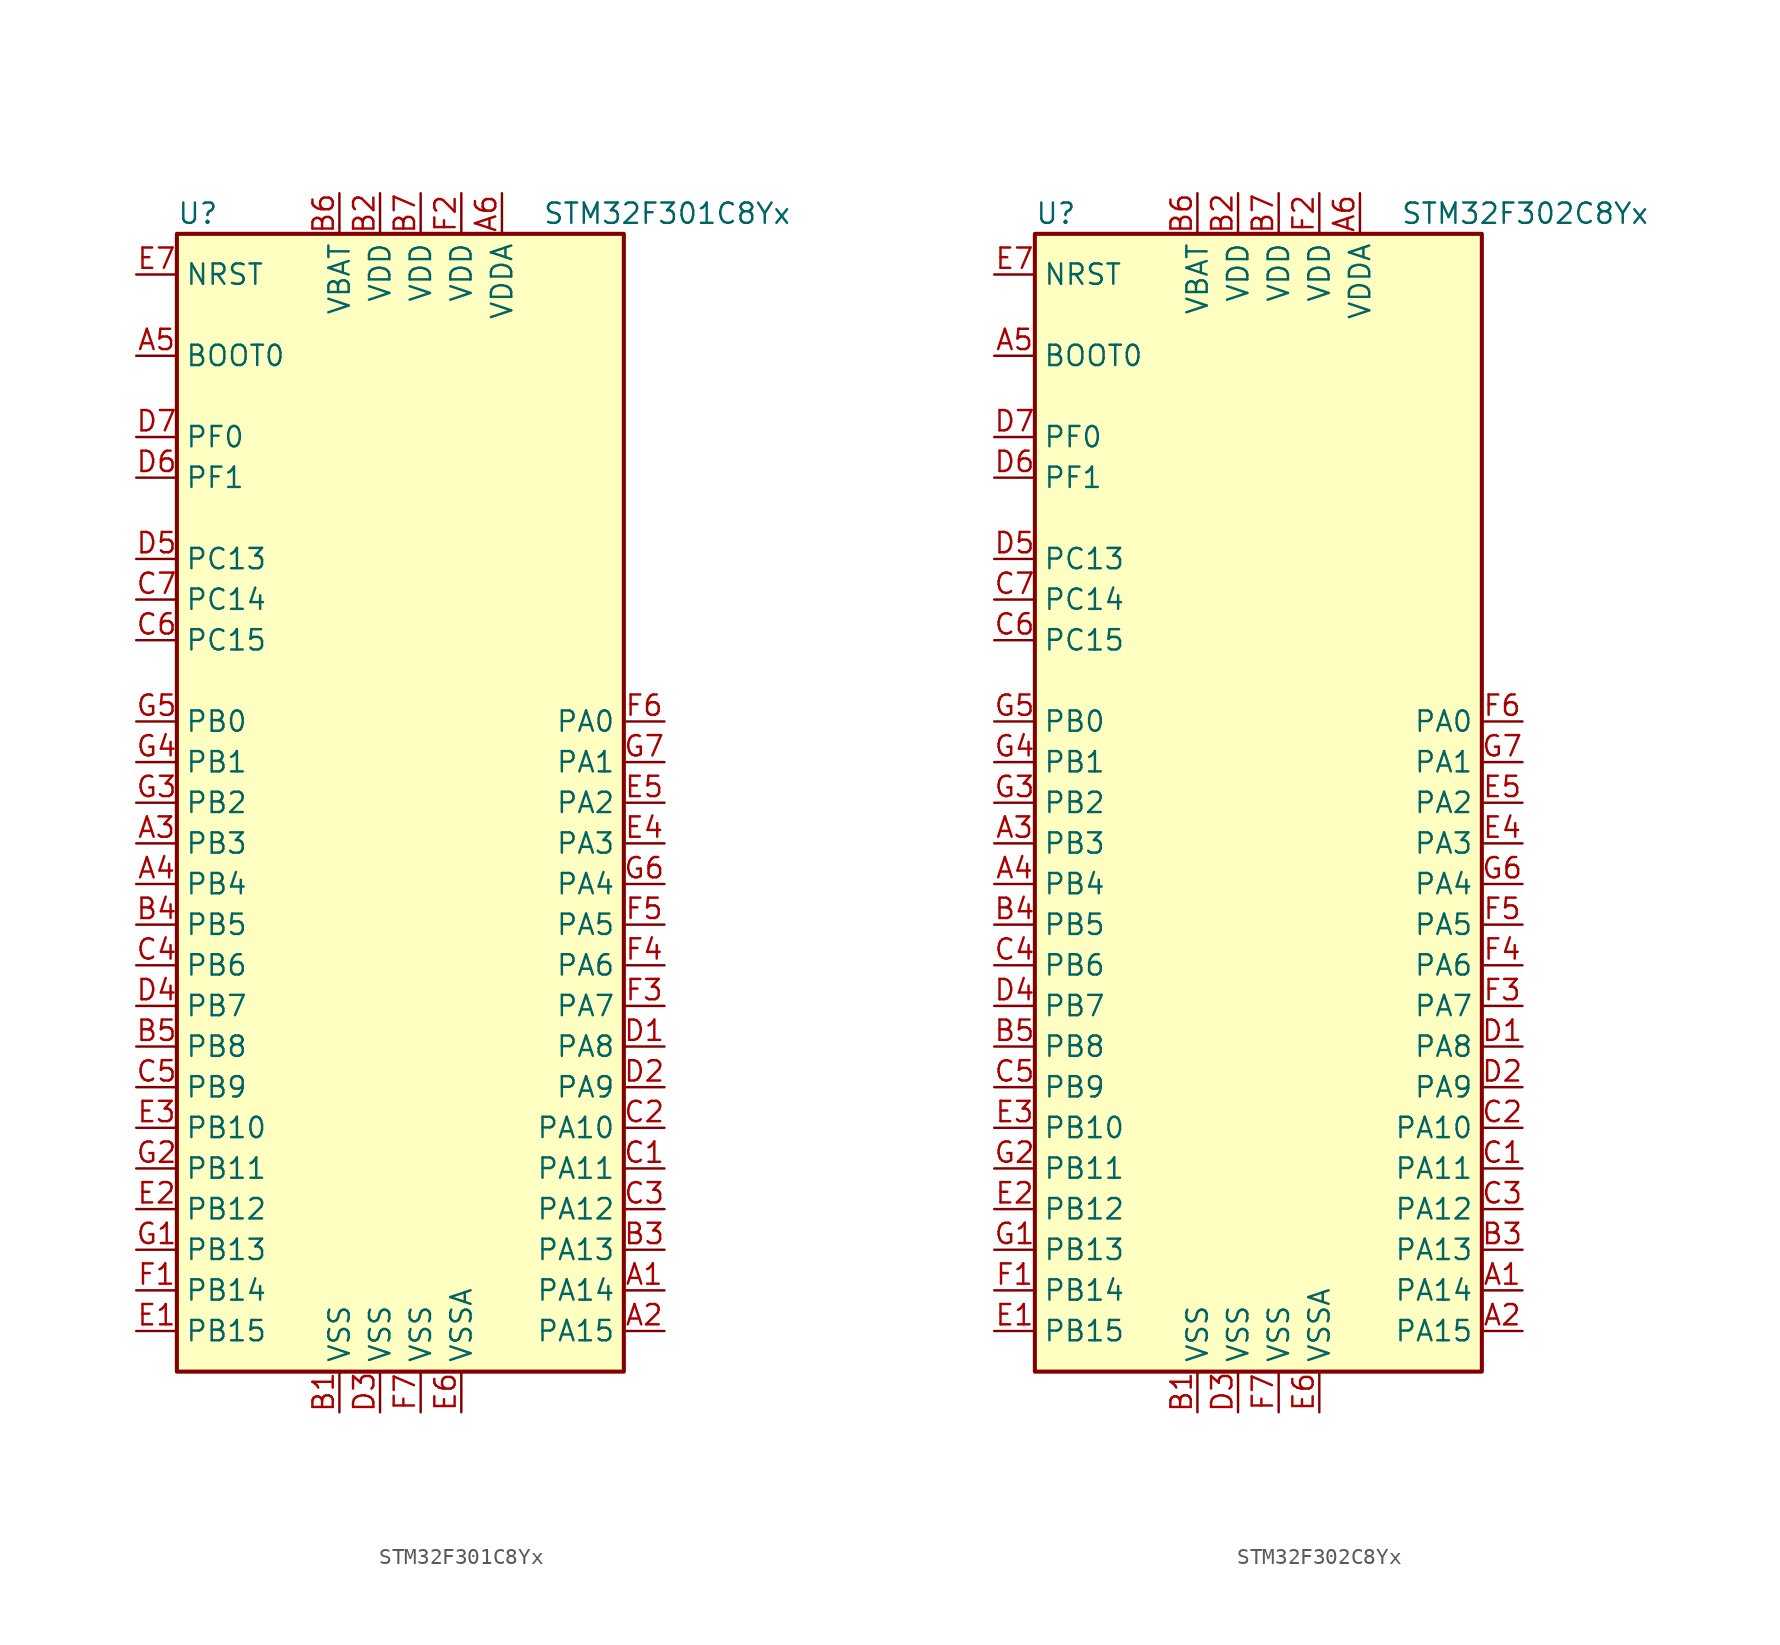
<source format=kicad_sym>
(kicad_symbol_lib
  (version 20201005)
  (generator kicad_symbol_editor)
  (symbol "STM32F301C8Yx"
    (property "Reference" "U"
      (at -15.24 36.83 0)
      (effects (font (size 1.27 1.27)) (justify left)))
    (property "Value" "STM32F301C8Yx"
      (at 7.62 36.83 0)
      (effects (font (size 1.27 1.27)) (justify left)))
    (symbol "STM32F301C8Yx_0_1"
      (rectangle (start -15.24 -35.56) (end 12.7 35.56) (stroke (width 0.254)) (fill (type background))))
    (symbol "STM32F301C8Yx_1_1"
      (pin bidirectional line (at 15.24 -30.48 180) (length 2.54) (name "PA14" (effects (font (size 1.27 1.27)))) (number "A1" (effects (font (size 1.27 1.27)))))
      (pin bidirectional line (at 15.24 -33.02 180) (length 2.54) (name "PA15" (effects (font (size 1.27 1.27)))) (number "A2" (effects (font (size 1.27 1.27)))))
      (pin bidirectional line (at -17.78 -2.54 0) (length 2.54) (name "PB3" (effects (font (size 1.27 1.27)))) (number "A3" (effects (font (size 1.27 1.27)))))
      (pin bidirectional line (at -17.78 -5.08 0) (length 2.54) (name "PB4" (effects (font (size 1.27 1.27)))) (number "A4" (effects (font (size 1.27 1.27)))))
      (pin input line (at -17.78 27.94 0) (length 2.54) (name "BOOT0" (effects (font (size 1.27 1.27)))) (number "A5" (effects (font (size 1.27 1.27)))))
      (pin power_in line (at 5.08 38.1 270) (length 2.54) (name "VDDA" (effects (font (size 1.27 1.27)))) (number "A6" (effects (font (size 1.27 1.27)))))
      (pin no_connect line (at -15.24 -33.02 0) (length 2.54) hide (name "NC" (effects (font (size 1.27 1.27)))) (number "A7" (effects (font (size 1.27 1.27)))))
      (pin power_in line (at -5.08 -38.1 90) (length 2.54) (name "VSS" (effects (font (size 1.27 1.27)))) (number "B1" (effects (font (size 1.27 1.27)))))
      (pin power_in line (at -2.54 38.1 270) (length 2.54) (name "VDD" (effects (font (size 1.27 1.27)))) (number "B2" (effects (font (size 1.27 1.27)))))
      (pin bidirectional line (at 15.24 -27.94 180) (length 2.54) (name "PA13" (effects (font (size 1.27 1.27)))) (number "B3" (effects (font (size 1.27 1.27)))))
      (pin bidirectional line (at -17.78 -7.62 0) (length 2.54) (name "PB5" (effects (font (size 1.27 1.27)))) (number "B4" (effects (font (size 1.27 1.27)))))
      (pin bidirectional line (at -17.78 -15.24 0) (length 2.54) (name "PB8" (effects (font (size 1.27 1.27)))) (number "B5" (effects (font (size 1.27 1.27)))))
      (pin power_in line (at -5.08 38.1 270) (length 2.54) (name "VBAT" (effects (font (size 1.27 1.27)))) (number "B6" (effects (font (size 1.27 1.27)))))
      (pin power_in line (at 0 38.1 270) (length 2.54) (name "VDD" (effects (font (size 1.27 1.27)))) (number "B7" (effects (font (size 1.27 1.27)))))
      (pin bidirectional line (at 15.24 -22.86 180) (length 2.54) (name "PA11" (effects (font (size 1.27 1.27)))) (number "C1" (effects (font (size 1.27 1.27)))))
      (pin bidirectional line (at 15.24 -20.32 180) (length 2.54) (name "PA10" (effects (font (size 1.27 1.27)))) (number "C2" (effects (font (size 1.27 1.27)))))
      (pin bidirectional line (at 15.24 -25.4 180) (length 2.54) (name "PA12" (effects (font (size 1.27 1.27)))) (number "C3" (effects (font (size 1.27 1.27)))))
      (pin bidirectional line (at -17.78 -10.16 0) (length 2.54) (name "PB6" (effects (font (size 1.27 1.27)))) (number "C4" (effects (font (size 1.27 1.27)))))
      (pin bidirectional line (at -17.78 -17.78 0) (length 2.54) (name "PB9" (effects (font (size 1.27 1.27)))) (number "C5" (effects (font (size 1.27 1.27)))))
      (pin bidirectional line (at -17.78 10.16 0) (length 2.54) (name "PC15" (effects (font (size 1.27 1.27)))) (number "C6" (effects (font (size 1.27 1.27)))))
      (pin bidirectional line (at -17.78 12.7 0) (length 2.54) (name "PC14" (effects (font (size 1.27 1.27)))) (number "C7" (effects (font (size 1.27 1.27)))))
      (pin bidirectional line (at 15.24 -15.24 180) (length 2.54) (name "PA8" (effects (font (size 1.27 1.27)))) (number "D1" (effects (font (size 1.27 1.27)))))
      (pin bidirectional line (at 15.24 -17.78 180) (length 2.54) (name "PA9" (effects (font (size 1.27 1.27)))) (number "D2" (effects (font (size 1.27 1.27)))))
      (pin power_in line (at -2.54 -38.1 90) (length 2.54) (name "VSS" (effects (font (size 1.27 1.27)))) (number "D3" (effects (font (size 1.27 1.27)))))
      (pin bidirectional line (at -17.78 -12.7 0) (length 2.54) (name "PB7" (effects (font (size 1.27 1.27)))) (number "D4" (effects (font (size 1.27 1.27)))))
      (pin bidirectional line (at -17.78 15.24 0) (length 2.54) (name "PC13" (effects (font (size 1.27 1.27)))) (number "D5" (effects (font (size 1.27 1.27)))))
      (pin input line (at -17.78 20.32 0) (length 2.54) (name "PF1" (effects (font (size 1.27 1.27)))) (number "D6" (effects (font (size 1.27 1.27)))))
      (pin input line (at -17.78 22.86 0) (length 2.54) (name "PF0" (effects (font (size 1.27 1.27)))) (number "D7" (effects (font (size 1.27 1.27)))))
      (pin bidirectional line (at -17.78 -33.02 0) (length 2.54) (name "PB15" (effects (font (size 1.27 1.27)))) (number "E1" (effects (font (size 1.27 1.27)))))
      (pin bidirectional line (at -17.78 -25.4 0) (length 2.54) (name "PB12" (effects (font (size 1.27 1.27)))) (number "E2" (effects (font (size 1.27 1.27)))))
      (pin bidirectional line (at -17.78 -20.32 0) (length 2.54) (name "PB10" (effects (font (size 1.27 1.27)))) (number "E3" (effects (font (size 1.27 1.27)))))
      (pin bidirectional line (at 15.24 -2.54 180) (length 2.54) (name "PA3" (effects (font (size 1.27 1.27)))) (number "E4" (effects (font (size 1.27 1.27)))))
      (pin bidirectional line (at 15.24 0 180) (length 2.54) (name "PA2" (effects (font (size 1.27 1.27)))) (number "E5" (effects (font (size 1.27 1.27)))))
      (pin power_in line (at 2.54 -38.1 90) (length 2.54) (name "VSSA" (effects (font (size 1.27 1.27)))) (number "E6" (effects (font (size 1.27 1.27)))))
      (pin input line (at -17.78 33.02 0) (length 2.54) (name "NRST" (effects (font (size 1.27 1.27)))) (number "E7" (effects (font (size 1.27 1.27)))))
      (pin bidirectional line (at -17.78 -30.48 0) (length 2.54) (name "PB14" (effects (font (size 1.27 1.27)))) (number "F1" (effects (font (size 1.27 1.27)))))
      (pin power_in line (at 2.54 38.1 270) (length 2.54) (name "VDD" (effects (font (size 1.27 1.27)))) (number "F2" (effects (font (size 1.27 1.27)))))
      (pin bidirectional line (at 15.24 -12.7 180) (length 2.54) (name "PA7" (effects (font (size 1.27 1.27)))) (number "F3" (effects (font (size 1.27 1.27)))))
      (pin bidirectional line (at 15.24 -10.16 180) (length 2.54) (name "PA6" (effects (font (size 1.27 1.27)))) (number "F4" (effects (font (size 1.27 1.27)))))
      (pin bidirectional line (at 15.24 -7.62 180) (length 2.54) (name "PA5" (effects (font (size 1.27 1.27)))) (number "F5" (effects (font (size 1.27 1.27)))))
      (pin bidirectional line (at 15.24 5.08 180) (length 2.54) (name "PA0" (effects (font (size 1.27 1.27)))) (number "F6" (effects (font (size 1.27 1.27)))))
      (pin power_in line (at 0 -38.1 90) (length 2.54) (name "VSS" (effects (font (size 1.27 1.27)))) (number "F7" (effects (font (size 1.27 1.27)))))
      (pin bidirectional line (at -17.78 -27.94 0) (length 2.54) (name "PB13" (effects (font (size 1.27 1.27)))) (number "G1" (effects (font (size 1.27 1.27)))))
      (pin bidirectional line (at -17.78 -22.86 0) (length 2.54) (name "PB11" (effects (font (size 1.27 1.27)))) (number "G2" (effects (font (size 1.27 1.27)))))
      (pin bidirectional line (at -17.78 0 0) (length 2.54) (name "PB2" (effects (font (size 1.27 1.27)))) (number "G3" (effects (font (size 1.27 1.27)))))
      (pin bidirectional line (at -17.78 2.54 0) (length 2.54) (name "PB1" (effects (font (size 1.27 1.27)))) (number "G4" (effects (font (size 1.27 1.27)))))
      (pin bidirectional line (at -17.78 5.08 0) (length 2.54) (name "PB0" (effects (font (size 1.27 1.27)))) (number "G5" (effects (font (size 1.27 1.27)))))
      (pin bidirectional line (at 15.24 -5.08 180) (length 2.54) (name "PA4" (effects (font (size 1.27 1.27)))) (number "G6" (effects (font (size 1.27 1.27)))))
      (pin bidirectional line (at 15.24 2.54 180) (length 2.54) (name "PA1" (effects (font (size 1.27 1.27)))) (number "G7" (effects (font (size 1.27 1.27)))))))
  (symbol "STM32F302C8Yx"
    (property "Reference" "U"
      (at -15.24 36.83 0)
      (effects (font (size 1.27 1.27)) (justify left)))
    (property "Value" "STM32F302C8Yx"
      (at 7.62 36.83 0)
      (effects (font (size 1.27 1.27)) (justify left)))
    (symbol "STM32F302C8Yx_0_1"
      (rectangle (start -15.24 -35.56) (end 12.7 35.56) (stroke (width 0.254)) (fill (type background))))
    (symbol "STM32F302C8Yx_1_1"
      (pin bidirectional line (at 15.24 -30.48 180) (length 2.54) (name "PA14" (effects (font (size 1.27 1.27)))) (number "A1" (effects (font (size 1.27 1.27)))))
      (pin bidirectional line (at 15.24 -33.02 180) (length 2.54) (name "PA15" (effects (font (size 1.27 1.27)))) (number "A2" (effects (font (size 1.27 1.27)))))
      (pin bidirectional line (at -17.78 -2.54 0) (length 2.54) (name "PB3" (effects (font (size 1.27 1.27)))) (number "A3" (effects (font (size 1.27 1.27)))))
      (pin bidirectional line (at -17.78 -5.08 0) (length 2.54) (name "PB4" (effects (font (size 1.27 1.27)))) (number "A4" (effects (font (size 1.27 1.27)))))
      (pin input line (at -17.78 27.94 0) (length 2.54) (name "BOOT0" (effects (font (size 1.27 1.27)))) (number "A5" (effects (font (size 1.27 1.27)))))
      (pin power_in line (at 5.08 38.1 270) (length 2.54) (name "VDDA" (effects (font (size 1.27 1.27)))) (number "A6" (effects (font (size 1.27 1.27)))))
      (pin no_connect line (at -15.24 -33.02 0) (length 2.54) hide (name "NC" (effects (font (size 1.27 1.27)))) (number "A7" (effects (font (size 1.27 1.27)))))
      (pin power_in line (at -5.08 -38.1 90) (length 2.54) (name "VSS" (effects (font (size 1.27 1.27)))) (number "B1" (effects (font (size 1.27 1.27)))))
      (pin power_in line (at -2.54 38.1 270) (length 2.54) (name "VDD" (effects (font (size 1.27 1.27)))) (number "B2" (effects (font (size 1.27 1.27)))))
      (pin bidirectional line (at 15.24 -27.94 180) (length 2.54) (name "PA13" (effects (font (size 1.27 1.27)))) (number "B3" (effects (font (size 1.27 1.27)))))
      (pin bidirectional line (at -17.78 -7.62 0) (length 2.54) (name "PB5" (effects (font (size 1.27 1.27)))) (number "B4" (effects (font (size 1.27 1.27)))))
      (pin bidirectional line (at -17.78 -15.24 0) (length 2.54) (name "PB8" (effects (font (size 1.27 1.27)))) (number "B5" (effects (font (size 1.27 1.27)))))
      (pin power_in line (at -5.08 38.1 270) (length 2.54) (name "VBAT" (effects (font (size 1.27 1.27)))) (number "B6" (effects (font (size 1.27 1.27)))))
      (pin power_in line (at 0 38.1 270) (length 2.54) (name "VDD" (effects (font (size 1.27 1.27)))) (number "B7" (effects (font (size 1.27 1.27)))))
      (pin bidirectional line (at 15.24 -22.86 180) (length 2.54) (name "PA11" (effects (font (size 1.27 1.27)))) (number "C1" (effects (font (size 1.27 1.27)))))
      (pin bidirectional line (at 15.24 -20.32 180) (length 2.54) (name "PA10" (effects (font (size 1.27 1.27)))) (number "C2" (effects (font (size 1.27 1.27)))))
      (pin bidirectional line (at 15.24 -25.4 180) (length 2.54) (name "PA12" (effects (font (size 1.27 1.27)))) (number "C3" (effects (font (size 1.27 1.27)))))
      (pin bidirectional line (at -17.78 -10.16 0) (length 2.54) (name "PB6" (effects (font (size 1.27 1.27)))) (number "C4" (effects (font (size 1.27 1.27)))))
      (pin bidirectional line (at -17.78 -17.78 0) (length 2.54) (name "PB9" (effects (font (size 1.27 1.27)))) (number "C5" (effects (font (size 1.27 1.27)))))
      (pin bidirectional line (at -17.78 10.16 0) (length 2.54) (name "PC15" (effects (font (size 1.27 1.27)))) (number "C6" (effects (font (size 1.27 1.27)))))
      (pin bidirectional line (at -17.78 12.7 0) (length 2.54) (name "PC14" (effects (font (size 1.27 1.27)))) (number "C7" (effects (font (size 1.27 1.27)))))
      (pin bidirectional line (at 15.24 -15.24 180) (length 2.54) (name "PA8" (effects (font (size 1.27 1.27)))) (number "D1" (effects (font (size 1.27 1.27)))))
      (pin bidirectional line (at 15.24 -17.78 180) (length 2.54) (name "PA9" (effects (font (size 1.27 1.27)))) (number "D2" (effects (font (size 1.27 1.27)))))
      (pin power_in line (at -2.54 -38.1 90) (length 2.54) (name "VSS" (effects (font (size 1.27 1.27)))) (number "D3" (effects (font (size 1.27 1.27)))))
      (pin bidirectional line (at -17.78 -12.7 0) (length 2.54) (name "PB7" (effects (font (size 1.27 1.27)))) (number "D4" (effects (font (size 1.27 1.27)))))
      (pin bidirectional line (at -17.78 15.24 0) (length 2.54) (name "PC13" (effects (font (size 1.27 1.27)))) (number "D5" (effects (font (size 1.27 1.27)))))
      (pin input line (at -17.78 20.32 0) (length 2.54) (name "PF1" (effects (font (size 1.27 1.27)))) (number "D6" (effects (font (size 1.27 1.27)))))
      (pin input line (at -17.78 22.86 0) (length 2.54) (name "PF0" (effects (font (size 1.27 1.27)))) (number "D7" (effects (font (size 1.27 1.27)))))
      (pin bidirectional line (at -17.78 -33.02 0) (length 2.54) (name "PB15" (effects (font (size 1.27 1.27)))) (number "E1" (effects (font (size 1.27 1.27)))))
      (pin bidirectional line (at -17.78 -25.4 0) (length 2.54) (name "PB12" (effects (font (size 1.27 1.27)))) (number "E2" (effects (font (size 1.27 1.27)))))
      (pin bidirectional line (at -17.78 -20.32 0) (length 2.54) (name "PB10" (effects (font (size 1.27 1.27)))) (number "E3" (effects (font (size 1.27 1.27)))))
      (pin bidirectional line (at 15.24 -2.54 180) (length 2.54) (name "PA3" (effects (font (size 1.27 1.27)))) (number "E4" (effects (font (size 1.27 1.27)))))
      (pin bidirectional line (at 15.24 0 180) (length 2.54) (name "PA2" (effects (font (size 1.27 1.27)))) (number "E5" (effects (font (size 1.27 1.27)))))
      (pin power_in line (at 2.54 -38.1 90) (length 2.54) (name "VSSA" (effects (font (size 1.27 1.27)))) (number "E6" (effects (font (size 1.27 1.27)))))
      (pin input line (at -17.78 33.02 0) (length 2.54) (name "NRST" (effects (font (size 1.27 1.27)))) (number "E7" (effects (font (size 1.27 1.27)))))
      (pin bidirectional line (at -17.78 -30.48 0) (length 2.54) (name "PB14" (effects (font (size 1.27 1.27)))) (number "F1" (effects (font (size 1.27 1.27)))))
      (pin power_in line (at 2.54 38.1 270) (length 2.54) (name "VDD" (effects (font (size 1.27 1.27)))) (number "F2" (effects (font (size 1.27 1.27)))))
      (pin bidirectional line (at 15.24 -12.7 180) (length 2.54) (name "PA7" (effects (font (size 1.27 1.27)))) (number "F3" (effects (font (size 1.27 1.27)))))
      (pin bidirectional line (at 15.24 -10.16 180) (length 2.54) (name "PA6" (effects (font (size 1.27 1.27)))) (number "F4" (effects (font (size 1.27 1.27)))))
      (pin bidirectional line (at 15.24 -7.62 180) (length 2.54) (name "PA5" (effects (font (size 1.27 1.27)))) (number "F5" (effects (font (size 1.27 1.27)))))
      (pin bidirectional line (at 15.24 5.08 180) (length 2.54) (name "PA0" (effects (font (size 1.27 1.27)))) (number "F6" (effects (font (size 1.27 1.27)))))
      (pin power_in line (at 0 -38.1 90) (length 2.54) (name "VSS" (effects (font (size 1.27 1.27)))) (number "F7" (effects (font (size 1.27 1.27)))))
      (pin bidirectional line (at -17.78 -27.94 0) (length 2.54) (name "PB13" (effects (font (size 1.27 1.27)))) (number "G1" (effects (font (size 1.27 1.27)))))
      (pin bidirectional line (at -17.78 -22.86 0) (length 2.54) (name "PB11" (effects (font (size 1.27 1.27)))) (number "G2" (effects (font (size 1.27 1.27)))))
      (pin bidirectional line (at -17.78 0 0) (length 2.54) (name "PB2" (effects (font (size 1.27 1.27)))) (number "G3" (effects (font (size 1.27 1.27)))))
      (pin bidirectional line (at -17.78 2.54 0) (length 2.54) (name "PB1" (effects (font (size 1.27 1.27)))) (number "G4" (effects (font (size 1.27 1.27)))))
      (pin bidirectional line (at -17.78 5.08 0) (length 2.54) (name "PB0" (effects (font (size 1.27 1.27)))) (number "G5" (effects (font (size 1.27 1.27)))))
      (pin bidirectional line (at 15.24 -5.08 180) (length 2.54) (name "PA4" (effects (font (size 1.27 1.27)))) (number "G6" (effects (font (size 1.27 1.27)))))
      (pin bidirectional line (at 15.24 2.54 180) (length 2.54) (name "PA1" (effects (font (size 1.27 1.27)))) (number "G7" (effects (font (size 1.27 1.27))))))))
</source>
